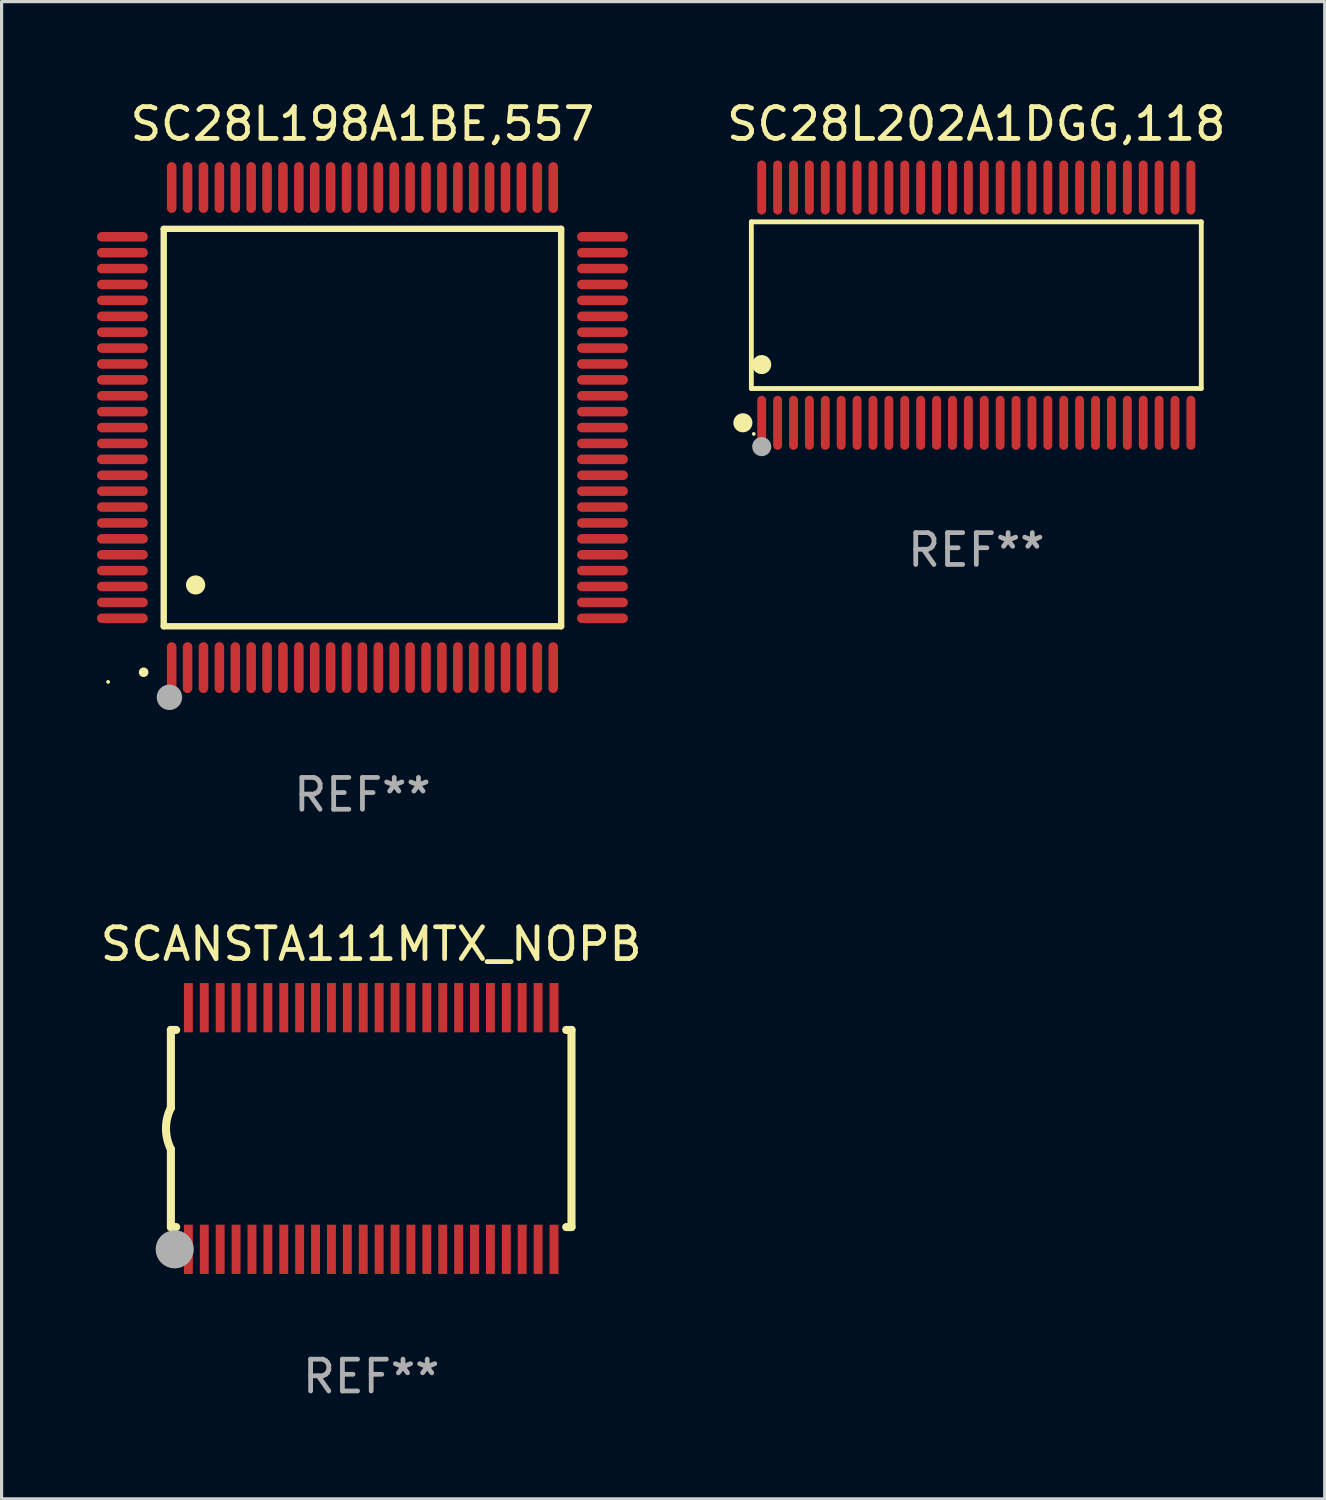
<source format=kicad_pcb>
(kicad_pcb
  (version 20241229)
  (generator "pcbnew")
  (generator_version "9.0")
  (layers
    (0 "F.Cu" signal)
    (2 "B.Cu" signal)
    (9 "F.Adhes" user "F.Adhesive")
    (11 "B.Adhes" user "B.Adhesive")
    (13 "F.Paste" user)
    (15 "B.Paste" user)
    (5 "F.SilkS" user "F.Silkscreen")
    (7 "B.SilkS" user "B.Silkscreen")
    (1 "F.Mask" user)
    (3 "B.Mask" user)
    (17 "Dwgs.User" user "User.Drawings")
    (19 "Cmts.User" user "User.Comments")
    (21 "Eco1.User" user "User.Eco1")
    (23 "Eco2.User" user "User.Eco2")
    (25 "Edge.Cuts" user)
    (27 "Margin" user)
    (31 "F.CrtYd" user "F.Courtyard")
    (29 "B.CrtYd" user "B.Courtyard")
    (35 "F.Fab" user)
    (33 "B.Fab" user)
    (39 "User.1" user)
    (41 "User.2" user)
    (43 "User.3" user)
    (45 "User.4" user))
  (footprint "SC28L202A1DGG,118"
    (layer "F.Cu")
    (at 27.658 6.548)
    (property "Reference" "SC28L202A1DGG,118" (at 0 -5.7 0) (layer "F.SilkS") (effects (font (size 1 1) (thickness 0.15))))
    (attr through_hole)
    (fp_line (start -7.076 -2.621) (end 7.076 -2.621) (stroke (width 0.152) (type solid)) (layer "F.SilkS"))
    (fp_line (start -7.076 2.621) (end -7.076 -2.621) (stroke (width 0.152) (type solid)) (layer "F.SilkS"))
    (fp_line (start 7.076 -2.621) (end 7.076 2.621) (stroke (width 0.152) (type solid)) (layer "F.SilkS"))
    (fp_line (start 7.076 2.621) (end -7.076 2.621) (stroke (width 0.152) (type solid)) (layer "F.SilkS"))
    (fp_circle (center -7.342 3.7) (end -7.192 3.7) (stroke (width 0.3) (type solid)) (fill no) (layer "F.SilkS"))
    (fp_circle (center -7 4.05) (end -6.97 4.05) (stroke (width 0.06) (type solid)) (fill no) (layer "F.SilkS"))
    (fp_circle (center -6.75 1.869) (end -6.6 1.869) (stroke (width 0.3) (type solid)) (fill no) (layer "F.SilkS"))
    (fp_circle (center -6.75 4.45) (end -6.6 4.45) (stroke (width 0.3) (type solid)) (fill no) (layer "F.Fab"))
    (fp_text user "REF**" (at 0 7.7 0) (layer "F.Fab") (effects (font (size 1 1) (thickness 0.15))))
    (pad "1" smd oval (at -6.75 3.7) (size 0.28 1.7) (layers "F.Cu" "F.Mask" "F.Paste"))
    (pad "2" smd oval (at -6.25 3.7) (size 0.28 1.7) (layers "F.Cu" "F.Mask" "F.Paste"))
    (pad "3" smd oval (at -5.75 3.7) (size 0.28 1.7) (layers "F.Cu" "F.Mask" "F.Paste"))
    (pad "4" smd oval (at -5.25 3.7) (size 0.28 1.7) (layers "F.Cu" "F.Mask" "F.Paste"))
    (pad "5" smd oval (at -4.75 3.7) (size 0.28 1.7) (layers "F.Cu" "F.Mask" "F.Paste"))
    (pad "6" smd oval (at -4.25 3.7) (size 0.28 1.7) (layers "F.Cu" "F.Mask" "F.Paste"))
    (pad "7" smd oval (at -3.75 3.7) (size 0.28 1.7) (layers "F.Cu" "F.Mask" "F.Paste"))
    (pad "8" smd oval (at -3.25 3.7) (size 0.28 1.7) (layers "F.Cu" "F.Mask" "F.Paste"))
    (pad "9" smd oval (at -2.75 3.7) (size 0.28 1.7) (layers "F.Cu" "F.Mask" "F.Paste"))
    (pad "10" smd oval (at -2.25 3.7) (size 0.28 1.7) (layers "F.Cu" "F.Mask" "F.Paste"))
    (pad "11" smd oval (at -1.75 3.7) (size 0.28 1.7) (layers "F.Cu" "F.Mask" "F.Paste"))
    (pad "12" smd oval (at -1.25 3.7) (size 0.28 1.7) (layers "F.Cu" "F.Mask" "F.Paste"))
    (pad "13" smd oval (at -0.75 3.7) (size 0.28 1.7) (layers "F.Cu" "F.Mask" "F.Paste"))
    (pad "14" smd oval (at -0.25 3.7) (size 0.28 1.7) (layers "F.Cu" "F.Mask" "F.Paste"))
    (pad "15" smd oval (at 0.25 3.7) (size 0.28 1.7) (layers "F.Cu" "F.Mask" "F.Paste"))
    (pad "16" smd oval (at 0.75 3.7) (size 0.28 1.7) (layers "F.Cu" "F.Mask" "F.Paste"))
    (pad "17" smd oval (at 1.25 3.7) (size 0.28 1.7) (layers "F.Cu" "F.Mask" "F.Paste"))
    (pad "18" smd oval (at 1.75 3.7) (size 0.28 1.7) (layers "F.Cu" "F.Mask" "F.Paste"))
    (pad "19" smd oval (at 2.25 3.7) (size 0.28 1.7) (layers "F.Cu" "F.Mask" "F.Paste"))
    (pad "20" smd oval (at 2.75 3.7) (size 0.28 1.7) (layers "F.Cu" "F.Mask" "F.Paste"))
    (pad "21" smd oval (at 3.25 3.7) (size 0.28 1.7) (layers "F.Cu" "F.Mask" "F.Paste"))
    (pad "22" smd oval (at 3.75 3.7) (size 0.28 1.7) (layers "F.Cu" "F.Mask" "F.Paste"))
    (pad "23" smd oval (at 4.25 3.7) (size 0.28 1.7) (layers "F.Cu" "F.Mask" "F.Paste"))
    (pad "24" smd oval (at 4.75 3.7) (size 0.28 1.7) (layers "F.Cu" "F.Mask" "F.Paste"))
    (pad "25" smd oval (at 5.25 3.7) (size 0.28 1.7) (layers "F.Cu" "F.Mask" "F.Paste"))
    (pad "26" smd oval (at 5.75 3.7) (size 0.28 1.7) (layers "F.Cu" "F.Mask" "F.Paste"))
    (pad "27" smd oval (at 6.25 3.7) (size 0.28 1.7) (layers "F.Cu" "F.Mask" "F.Paste"))
    (pad "28" smd oval (at 6.75 3.7) (size 0.28 1.7) (layers "F.Cu" "F.Mask" "F.Paste"))
    (pad "29" smd oval (at 6.75 -3.7) (size 0.28 1.7) (layers "F.Cu" "F.Mask" "F.Paste"))
    (pad "30" smd oval (at 6.25 -3.7) (size 0.28 1.7) (layers "F.Cu" "F.Mask" "F.Paste"))
    (pad "31" smd oval (at 5.75 -3.7) (size 0.28 1.7) (layers "F.Cu" "F.Mask" "F.Paste"))
    (pad "32" smd oval (at 5.25 -3.7) (size 0.28 1.7) (layers "F.Cu" "F.Mask" "F.Paste"))
    (pad "33" smd oval (at 4.75 -3.7) (size 0.28 1.7) (layers "F.Cu" "F.Mask" "F.Paste"))
    (pad "34" smd oval (at 4.25 -3.7) (size 0.28 1.7) (layers "F.Cu" "F.Mask" "F.Paste"))
    (pad "35" smd oval (at 3.75 -3.7) (size 0.28 1.7) (layers "F.Cu" "F.Mask" "F.Paste"))
    (pad "36" smd oval (at 3.25 -3.7) (size 0.28 1.7) (layers "F.Cu" "F.Mask" "F.Paste"))
    (pad "37" smd oval (at 2.75 -3.7) (size 0.28 1.7) (layers "F.Cu" "F.Mask" "F.Paste"))
    (pad "38" smd oval (at 2.25 -3.7) (size 0.28 1.7) (layers "F.Cu" "F.Mask" "F.Paste"))
    (pad "39" smd oval (at 1.75 -3.7) (size 0.28 1.7) (layers "F.Cu" "F.Mask" "F.Paste"))
    (pad "40" smd oval (at 1.25 -3.7) (size 0.28 1.7) (layers "F.Cu" "F.Mask" "F.Paste"))
    (pad "41" smd oval (at 0.75 -3.7) (size 0.28 1.7) (layers "F.Cu" "F.Mask" "F.Paste"))
    (pad "42" smd oval (at 0.25 -3.7) (size 0.28 1.7) (layers "F.Cu" "F.Mask" "F.Paste"))
    (pad "43" smd oval (at -0.25 -3.7) (size 0.28 1.7) (layers "F.Cu" "F.Mask" "F.Paste"))
    (pad "44" smd oval (at -0.75 -3.7) (size 0.28 1.7) (layers "F.Cu" "F.Mask" "F.Paste"))
    (pad "45" smd oval (at -1.25 -3.7) (size 0.28 1.7) (layers "F.Cu" "F.Mask" "F.Paste"))
    (pad "46" smd oval (at -1.75 -3.7) (size 0.28 1.7) (layers "F.Cu" "F.Mask" "F.Paste"))
    (pad "47" smd oval (at -2.25 -3.7) (size 0.28 1.7) (layers "F.Cu" "F.Mask" "F.Paste"))
    (pad "48" smd oval (at -2.75 -3.7) (size 0.28 1.7) (layers "F.Cu" "F.Mask" "F.Paste"))
    (pad "49" smd oval (at -3.25 -3.7) (size 0.28 1.7) (layers "F.Cu" "F.Mask" "F.Paste"))
    (pad "50" smd oval (at -3.75 -3.7) (size 0.28 1.7) (layers "F.Cu" "F.Mask" "F.Paste"))
    (pad "51" smd oval (at -4.25 -3.7) (size 0.28 1.7) (layers "F.Cu" "F.Mask" "F.Paste"))
    (pad "52" smd oval (at -4.75 -3.7) (size 0.28 1.7) (layers "F.Cu" "F.Mask" "F.Paste"))
    (pad "53" smd oval (at -5.25 -3.7) (size 0.28 1.7) (layers "F.Cu" "F.Mask" "F.Paste"))
    (pad "54" smd oval (at -5.75 -3.7) (size 0.28 1.7) (layers "F.Cu" "F.Mask" "F.Paste"))
    (pad "55" smd oval (at -6.25 -3.7) (size 0.28 1.7) (layers "F.Cu" "F.Mask" "F.Paste"))
    (pad "56" smd oval (at -6.75 -3.7) (size 0.28 1.7) (layers "F.Cu" "F.Mask" "F.Paste")))
  (footprint "SC28L198A1BE,557"
    (layer "F.Cu")
    (at 8.35 10.398)
    (property "Reference" "SC28L198A1BE,557" (at 0 -9.55 0) (layer "F.SilkS") (effects (font (size 1 1) (thickness 0.15))))
    (attr through_hole)
    (fp_line (start -6.25 -6.25) (end -6.25 6.25) (stroke (width 0.2) (type solid)) (layer "F.SilkS"))
    (fp_line (start -6.25 6.25) (end 6.25 6.25) (stroke (width 0.2) (type solid)) (layer "F.SilkS"))
    (fp_line (start 6.25 -6.25) (end -6.25 -6.25) (stroke (width 0.2) (type solid)) (layer "F.SilkS"))
    (fp_line (start 6.25 6.25) (end 6.25 -6.25) (stroke (width 0.2) (type solid)) (layer "F.SilkS"))
    (fp_arc (start -6.883414 7.696215) (mid -6.882144 7.69621) (end -6.880874 7.696215) (stroke (width 0.3) (type solid)) (layer "F.SilkS"))
    (fp_arc (start -5.250191 4.95047) (mid -5.247651 4.950459) (end -5.245111 4.95047) (stroke (width 0.6) (type solid)) (layer "F.SilkS"))
    (fp_circle (center -8 8) (end -7.97 8) (stroke (width 0.06) (type solid)) (fill no) (layer "F.SilkS"))
    (fp_circle (center -6.071 8.484) (end -5.871 8.484) (stroke (width 0.4) (type solid)) (fill no) (layer "F.Fab"))
    (fp_text user "REF**" (at 0 11.55 0) (layer "F.Fab") (effects (font (size 1 1) (thickness 0.15))))
    (pad "1" smd oval (at -6 7.55) (size 0.3 1.6) (layers "F.Cu" "F.Mask" "F.Paste"))
    (pad "2" smd oval (at -5.5 7.55) (size 0.3 1.6) (layers "F.Cu" "F.Mask" "F.Paste"))
    (pad "3" smd oval (at -5 7.55) (size 0.3 1.6) (layers "F.Cu" "F.Mask" "F.Paste"))
    (pad "4" smd oval (at -4.5 7.55) (size 0.3 1.6) (layers "F.Cu" "F.Mask" "F.Paste"))
    (pad "5" smd oval (at -4 7.55) (size 0.3 1.6) (layers "F.Cu" "F.Mask" "F.Paste"))
    (pad "6" smd oval (at -3.5 7.55) (size 0.3 1.6) (layers "F.Cu" "F.Mask" "F.Paste"))
    (pad "7" smd oval (at -3 7.55) (size 0.3 1.6) (layers "F.Cu" "F.Mask" "F.Paste"))
    (pad "8" smd oval (at -2.5 7.55) (size 0.3 1.6) (layers "F.Cu" "F.Mask" "F.Paste"))
    (pad "9" smd oval (at -2 7.55) (size 0.3 1.6) (layers "F.Cu" "F.Mask" "F.Paste"))
    (pad "10" smd oval (at -1.5 7.55) (size 0.3 1.6) (layers "F.Cu" "F.Mask" "F.Paste"))
    (pad "11" smd oval (at -1 7.55) (size 0.3 1.6) (layers "F.Cu" "F.Mask" "F.Paste"))
    (pad "12" smd oval (at -0.5 7.55) (size 0.3 1.6) (layers "F.Cu" "F.Mask" "F.Paste"))
    (pad "13" smd oval (at 0 7.55) (size 0.3 1.6) (layers "F.Cu" "F.Mask" "F.Paste"))
    (pad "14" smd oval (at 0.5 7.55) (size 0.3 1.6) (layers "F.Cu" "F.Mask" "F.Paste"))
    (pad "15" smd oval (at 1 7.55) (size 0.3 1.6) (layers "F.Cu" "F.Mask" "F.Paste"))
    (pad "16" smd oval (at 1.5 7.55) (size 0.3 1.6) (layers "F.Cu" "F.Mask" "F.Paste"))
    (pad "17" smd oval (at 2 7.55) (size 0.3 1.6) (layers "F.Cu" "F.Mask" "F.Paste"))
    (pad "18" smd oval (at 2.5 7.55) (size 0.3 1.6) (layers "F.Cu" "F.Mask" "F.Paste"))
    (pad "19" smd oval (at 3 7.55) (size 0.3 1.6) (layers "F.Cu" "F.Mask" "F.Paste"))
    (pad "20" smd oval (at 3.5 7.55) (size 0.3 1.6) (layers "F.Cu" "F.Mask" "F.Paste"))
    (pad "21" smd oval (at 4 7.55) (size 0.3 1.6) (layers "F.Cu" "F.Mask" "F.Paste"))
    (pad "22" smd oval (at 4.5 7.55) (size 0.3 1.6) (layers "F.Cu" "F.Mask" "F.Paste"))
    (pad "23" smd oval (at 5 7.55) (size 0.3 1.6) (layers "F.Cu" "F.Mask" "F.Paste"))
    (pad "24" smd oval (at 5.5 7.55) (size 0.3 1.6) (layers "F.Cu" "F.Mask" "F.Paste"))
    (pad "25" smd oval (at 6 7.55) (size 0.3 1.6) (layers "F.Cu" "F.Mask" "F.Paste"))
    (pad "26" smd oval (at 7.55 6) (size 1.6 0.3) (layers "F.Cu" "F.Mask" "F.Paste"))
    (pad "27" smd oval (at 7.55 5.5) (size 1.6 0.3) (layers "F.Cu" "F.Mask" "F.Paste"))
    (pad "28" smd oval (at 7.55 5) (size 1.6 0.3) (layers "F.Cu" "F.Mask" "F.Paste"))
    (pad "29" smd oval (at 7.55 4.5) (size 1.6 0.3) (layers "F.Cu" "F.Mask" "F.Paste"))
    (pad "30" smd oval (at 7.55 4) (size 1.6 0.3) (layers "F.Cu" "F.Mask" "F.Paste"))
    (pad "31" smd oval (at 7.55 3.5) (size 1.6 0.3) (layers "F.Cu" "F.Mask" "F.Paste"))
    (pad "32" smd oval (at 7.55 3) (size 1.6 0.3) (layers "F.Cu" "F.Mask" "F.Paste"))
    (pad "33" smd oval (at 7.55 2.5) (size 1.6 0.3) (layers "F.Cu" "F.Mask" "F.Paste"))
    (pad "34" smd oval (at 7.55 2) (size 1.6 0.3) (layers "F.Cu" "F.Mask" "F.Paste"))
    (pad "35" smd oval (at 7.55 1.5) (size 1.6 0.3) (layers "F.Cu" "F.Mask" "F.Paste"))
    (pad "36" smd oval (at 7.55 1) (size 1.6 0.3) (layers "F.Cu" "F.Mask" "F.Paste"))
    (pad "37" smd oval (at 7.55 0.5) (size 1.6 0.3) (layers "F.Cu" "F.Mask" "F.Paste"))
    (pad "38" smd oval (at 7.55 0) (size 1.6 0.3) (layers "F.Cu" "F.Mask" "F.Paste"))
    (pad "39" smd oval (at 7.55 -0.5) (size 1.6 0.3) (layers "F.Cu" "F.Mask" "F.Paste"))
    (pad "40" smd oval (at 7.55 -1) (size 1.6 0.3) (layers "F.Cu" "F.Mask" "F.Paste"))
    (pad "41" smd oval (at 7.55 -1.5) (size 1.6 0.3) (layers "F.Cu" "F.Mask" "F.Paste"))
    (pad "42" smd oval (at 7.55 -2) (size 1.6 0.3) (layers "F.Cu" "F.Mask" "F.Paste"))
    (pad "43" smd oval (at 7.55 -2.5) (size 1.6 0.3) (layers "F.Cu" "F.Mask" "F.Paste"))
    (pad "44" smd oval (at 7.55 -3) (size 1.6 0.3) (layers "F.Cu" "F.Mask" "F.Paste"))
    (pad "45" smd oval (at 7.55 -3.5) (size 1.6 0.3) (layers "F.Cu" "F.Mask" "F.Paste"))
    (pad "46" smd oval (at 7.55 -4) (size 1.6 0.3) (layers "F.Cu" "F.Mask" "F.Paste"))
    (pad "47" smd oval (at 7.55 -4.5) (size 1.6 0.3) (layers "F.Cu" "F.Mask" "F.Paste"))
    (pad "48" smd oval (at 7.55 -5) (size 1.6 0.3) (layers "F.Cu" "F.Mask" "F.Paste"))
    (pad "49" smd oval (at 7.55 -5.5) (size 1.6 0.3) (layers "F.Cu" "F.Mask" "F.Paste"))
    (pad "50" smd oval (at 7.55 -6) (size 1.6 0.3) (layers "F.Cu" "F.Mask" "F.Paste"))
    (pad "51" smd oval (at 6 -7.55) (size 0.3 1.6) (layers "F.Cu" "F.Mask" "F.Paste"))
    (pad "52" smd oval (at 5.5 -7.55) (size 0.3 1.6) (layers "F.Cu" "F.Mask" "F.Paste"))
    (pad "53" smd oval (at 5 -7.55) (size 0.3 1.6) (layers "F.Cu" "F.Mask" "F.Paste"))
    (pad "54" smd oval (at 4.5 -7.55) (size 0.3 1.6) (layers "F.Cu" "F.Mask" "F.Paste"))
    (pad "55" smd oval (at 4 -7.55) (size 0.3 1.6) (layers "F.Cu" "F.Mask" "F.Paste"))
    (pad "56" smd oval (at 3.5 -7.55) (size 0.3 1.6) (layers "F.Cu" "F.Mask" "F.Paste"))
    (pad "57" smd oval (at 3 -7.55) (size 0.3 1.6) (layers "F.Cu" "F.Mask" "F.Paste"))
    (pad "58" smd oval (at 2.5 -7.55) (size 0.3 1.6) (layers "F.Cu" "F.Mask" "F.Paste"))
    (pad "59" smd oval (at 2 -7.55) (size 0.3 1.6) (layers "F.Cu" "F.Mask" "F.Paste"))
    (pad "60" smd oval (at 1.5 -7.55) (size 0.3 1.6) (layers "F.Cu" "F.Mask" "F.Paste"))
    (pad "61" smd oval (at 1 -7.55) (size 0.3 1.6) (layers "F.Cu" "F.Mask" "F.Paste"))
    (pad "62" smd oval (at 0.5 -7.55) (size 0.3 1.6) (layers "F.Cu" "F.Mask" "F.Paste"))
    (pad "63" smd oval (at 0 -7.55) (size 0.3 1.6) (layers "F.Cu" "F.Mask" "F.Paste"))
    (pad "64" smd oval (at -0.5 -7.55) (size 0.3 1.6) (layers "F.Cu" "F.Mask" "F.Paste"))
    (pad "65" smd oval (at -1 -7.55) (size 0.3 1.6) (layers "F.Cu" "F.Mask" "F.Paste"))
    (pad "66" smd oval (at -1.5 -7.55) (size 0.3 1.6) (layers "F.Cu" "F.Mask" "F.Paste"))
    (pad "67" smd oval (at -2 -7.55) (size 0.3 1.6) (layers "F.Cu" "F.Mask" "F.Paste"))
    (pad "68" smd oval (at -2.5 -7.55) (size 0.3 1.6) (layers "F.Cu" "F.Mask" "F.Paste"))
    (pad "69" smd oval (at -3 -7.55) (size 0.3 1.6) (layers "F.Cu" "F.Mask" "F.Paste"))
    (pad "70" smd oval (at -3.5 -7.55) (size 0.3 1.6) (layers "F.Cu" "F.Mask" "F.Paste"))
    (pad "71" smd oval (at -4 -7.55) (size 0.3 1.6) (layers "F.Cu" "F.Mask" "F.Paste"))
    (pad "72" smd oval (at -4.5 -7.55) (size 0.3 1.6) (layers "F.Cu" "F.Mask" "F.Paste"))
    (pad "73" smd oval (at -5 -7.55) (size 0.3 1.6) (layers "F.Cu" "F.Mask" "F.Paste"))
    (pad "74" smd oval (at -5.5 -7.55) (size 0.3 1.6) (layers "F.Cu" "F.Mask" "F.Paste"))
    (pad "75" smd oval (at -6 -7.55) (size 0.3 1.6) (layers "F.Cu" "F.Mask" "F.Paste"))
    (pad "76" smd oval (at -7.55 -6) (size 1.6 0.3) (layers "F.Cu" "F.Mask" "F.Paste"))
    (pad "77" smd oval (at -7.55 -5.5) (size 1.6 0.3) (layers "F.Cu" "F.Mask" "F.Paste"))
    (pad "78" smd oval (at -7.55 -5) (size 1.6 0.3) (layers "F.Cu" "F.Mask" "F.Paste"))
    (pad "79" smd oval (at -7.55 -4.5) (size 1.6 0.3) (layers "F.Cu" "F.Mask" "F.Paste"))
    (pad "80" smd oval (at -7.55 -4) (size 1.6 0.3) (layers "F.Cu" "F.Mask" "F.Paste"))
    (pad "81" smd oval (at -7.55 -3.5) (size 1.6 0.3) (layers "F.Cu" "F.Mask" "F.Paste"))
    (pad "82" smd oval (at -7.55 -3) (size 1.6 0.3) (layers "F.Cu" "F.Mask" "F.Paste"))
    (pad "83" smd oval (at -7.55 -2.5) (size 1.6 0.3) (layers "F.Cu" "F.Mask" "F.Paste"))
    (pad "84" smd oval (at -7.55 -2) (size 1.6 0.3) (layers "F.Cu" "F.Mask" "F.Paste"))
    (pad "85" smd oval (at -7.55 -1.5) (size 1.6 0.3) (layers "F.Cu" "F.Mask" "F.Paste"))
    (pad "86" smd oval (at -7.55 -1) (size 1.6 0.3) (layers "F.Cu" "F.Mask" "F.Paste"))
    (pad "87" smd oval (at -7.55 -0.5) (size 1.6 0.3) (layers "F.Cu" "F.Mask" "F.Paste"))
    (pad "88" smd oval (at -7.55 0) (size 1.6 0.3) (layers "F.Cu" "F.Mask" "F.Paste"))
    (pad "89" smd oval (at -7.55 0.5) (size 1.6 0.3) (layers "F.Cu" "F.Mask" "F.Paste"))
    (pad "90" smd oval (at -7.55 1) (size 1.6 0.3) (layers "F.Cu" "F.Mask" "F.Paste"))
    (pad "91" smd oval (at -7.55 1.5) (size 1.6 0.3) (layers "F.Cu" "F.Mask" "F.Paste"))
    (pad "92" smd oval (at -7.55 2) (size 1.6 0.3) (layers "F.Cu" "F.Mask" "F.Paste"))
    (pad "93" smd oval (at -7.55 2.5) (size 1.6 0.3) (layers "F.Cu" "F.Mask" "F.Paste"))
    (pad "94" smd oval (at -7.55 3) (size 1.6 0.3) (layers "F.Cu" "F.Mask" "F.Paste"))
    (pad "95" smd oval (at -7.55 3.5) (size 1.6 0.3) (layers "F.Cu" "F.Mask" "F.Paste"))
    (pad "96" smd oval (at -7.55 4) (size 1.6 0.3) (layers "F.Cu" "F.Mask" "F.Paste"))
    (pad "97" smd oval (at -7.55 4.5) (size 1.6 0.3) (layers "F.Cu" "F.Mask" "F.Paste"))
    (pad "98" smd oval (at -7.55 5) (size 1.6 0.3) (layers "F.Cu" "F.Mask" "F.Paste"))
    (pad "99" smd oval (at -7.55 5.5) (size 1.6 0.3) (layers "F.Cu" "F.Mask" "F.Paste"))
    (pad "100" smd oval (at -7.55 6) (size 1.6 0.3) (layers "F.Cu" "F.Mask" "F.Paste")))
  (footprint "SCANSTA111MTX_NOPB"
    (layer "F.Cu")
    (at 8.625 32.445)
    (property "Reference" "SCANSTA111MTX_NOPB" (at 0 -5.8 0) (layer "F.SilkS") (effects (font (size 1 1) (thickness 0.15))))
    (attr through_hole)
    (fp_line (start -6.3 -3.1) (end -6.3 -0.65) (stroke (width 0.254) (type solid)) (layer "F.SilkS"))
    (fp_line (start -6.3 -3.1) (end -6.134 -3.1) (stroke (width 0.254) (type solid)) (layer "F.SilkS"))
    (fp_line (start -6.3 3.1) (end -6.3 0.65) (stroke (width 0.254) (type solid)) (layer "F.SilkS"))
    (fp_line (start -6.3 3.1) (end -6.134 3.1) (stroke (width 0.254) (type solid)) (layer "F.SilkS"))
    (fp_line (start 6.134 -3.1) (end 6.3 -3.1) (stroke (width 0.254) (type solid)) (layer "F.SilkS"))
    (fp_line (start 6.134 3.1) (end 6.3 3.1) (stroke (width 0.254) (type solid)) (layer "F.SilkS"))
    (fp_line (start 6.3 -3.1) (end 6.3 3.1) (stroke (width 0.254) (type solid)) (layer "F.SilkS"))
    (fp_arc (start -6.301016 0.650114) (mid -6.45413 -0.000082) (end -6.3 -0.650038) (stroke (width 0.254001) (type solid)) (layer "F.SilkS"))
    (fp_circle (center -6.35 3.81) (end -6.223 3.81) (stroke (width 0.254) (type solid)) (fill no) (layer "F.SilkS"))
    (fp_circle (center -6.25 4.05) (end -6.22 4.05) (stroke (width 0.06) (type solid)) (fill no) (layer "F.SilkS"))
    (fp_circle (center -6.18 3.8) (end -5.88 3.8) (stroke (width 0.6) (type solid)) (fill no) (layer "F.Fab"))
    (fp_text user "REF**" (at 0 7.8 0) (layer "F.Fab") (effects (font (size 1 1) (thickness 0.15))))
    (pad "1" smd rect (at -5.75 3.8) (size 0.28 1.55) (layers "F.Cu" "F.Mask" "F.Paste"))
    (pad "2" smd rect (at -5.25 3.8) (size 0.28 1.55) (layers "F.Cu" "F.Mask" "F.Paste"))
    (pad "3" smd rect (at -4.75 3.8) (size 0.28 1.55) (layers "F.Cu" "F.Mask" "F.Paste"))
    (pad "4" smd rect (at -4.25 3.8) (size 0.28 1.55) (layers "F.Cu" "F.Mask" "F.Paste"))
    (pad "5" smd rect (at -3.75 3.8) (size 0.28 1.55) (layers "F.Cu" "F.Mask" "F.Paste"))
    (pad "6" smd rect (at -3.25 3.8) (size 0.28 1.55) (layers "F.Cu" "F.Mask" "F.Paste"))
    (pad "7" smd rect (at -2.75 3.8) (size 0.28 1.55) (layers "F.Cu" "F.Mask" "F.Paste"))
    (pad "8" smd rect (at -2.25 3.8) (size 0.28 1.55) (layers "F.Cu" "F.Mask" "F.Paste"))
    (pad "9" smd rect (at -1.75 3.8) (size 0.28 1.55) (layers "F.Cu" "F.Mask" "F.Paste"))
    (pad "10" smd rect (at -1.25 3.8) (size 0.28 1.55) (layers "F.Cu" "F.Mask" "F.Paste"))
    (pad "11" smd rect (at -0.75 3.8) (size 0.28 1.55) (layers "F.Cu" "F.Mask" "F.Paste"))
    (pad "12" smd rect (at -0.25 3.8) (size 0.28 1.55) (layers "F.Cu" "F.Mask" "F.Paste"))
    (pad "13" smd rect (at 0.25 3.8) (size 0.28 1.55) (layers "F.Cu" "F.Mask" "F.Paste"))
    (pad "14" smd rect (at 0.75 3.8) (size 0.28 1.55) (layers "F.Cu" "F.Mask" "F.Paste"))
    (pad "15" smd rect (at 1.25 3.8) (size 0.28 1.55) (layers "F.Cu" "F.Mask" "F.Paste"))
    (pad "16" smd rect (at 1.75 3.8) (size 0.28 1.55) (layers "F.Cu" "F.Mask" "F.Paste"))
    (pad "17" smd rect (at 2.25 3.8) (size 0.28 1.55) (layers "F.Cu" "F.Mask" "F.Paste"))
    (pad "18" smd rect (at 2.75 3.8) (size 0.28 1.55) (layers "F.Cu" "F.Mask" "F.Paste"))
    (pad "19" smd rect (at 3.25 3.8) (size 0.28 1.55) (layers "F.Cu" "F.Mask" "F.Paste"))
    (pad "20" smd rect (at 3.75 3.8) (size 0.28 1.55) (layers "F.Cu" "F.Mask" "F.Paste"))
    (pad "21" smd rect (at 4.25 3.8) (size 0.28 1.55) (layers "F.Cu" "F.Mask" "F.Paste"))
    (pad "22" smd rect (at 4.75 3.8) (size 0.28 1.55) (layers "F.Cu" "F.Mask" "F.Paste"))
    (pad "23" smd rect (at 5.25 3.8) (size 0.28 1.55) (layers "F.Cu" "F.Mask" "F.Paste"))
    (pad "24" smd rect (at 5.75 3.8) (size 0.28 1.55) (layers "F.Cu" "F.Mask" "F.Paste"))
    (pad "25" smd rect (at 5.75 -3.8) (size 0.28 1.55) (layers "F.Cu" "F.Mask" "F.Paste"))
    (pad "26" smd rect (at 5.25 -3.8) (size 0.28 1.55) (layers "F.Cu" "F.Mask" "F.Paste"))
    (pad "27" smd rect (at 4.75 -3.8) (size 0.28 1.55) (layers "F.Cu" "F.Mask" "F.Paste"))
    (pad "28" smd rect (at 4.25 -3.8) (size 0.28 1.55) (layers "F.Cu" "F.Mask" "F.Paste"))
    (pad "29" smd rect (at 3.75 -3.8) (size 0.28 1.55) (layers "F.Cu" "F.Mask" "F.Paste"))
    (pad "30" smd rect (at 3.25 -3.8) (size 0.28 1.55) (layers "F.Cu" "F.Mask" "F.Paste"))
    (pad "31" smd rect (at 2.75 -3.8) (size 0.28 1.55) (layers "F.Cu" "F.Mask" "F.Paste"))
    (pad "32" smd rect (at 2.25 -3.8) (size 0.28 1.55) (layers "F.Cu" "F.Mask" "F.Paste"))
    (pad "33" smd rect (at 1.75 -3.8) (size 0.28 1.55) (layers "F.Cu" "F.Mask" "F.Paste"))
    (pad "34" smd rect (at 1.25 -3.8) (size 0.28 1.55) (layers "F.Cu" "F.Mask" "F.Paste"))
    (pad "35" smd rect (at 0.75 -3.8) (size 0.28 1.55) (layers "F.Cu" "F.Mask" "F.Paste"))
    (pad "36" smd rect (at 0.25 -3.8) (size 0.28 1.55) (layers "F.Cu" "F.Mask" "F.Paste"))
    (pad "37" smd rect (at -0.25 -3.8) (size 0.28 1.55) (layers "F.Cu" "F.Mask" "F.Paste"))
    (pad "38" smd rect (at -0.75 -3.8) (size 0.28 1.55) (layers "F.Cu" "F.Mask" "F.Paste"))
    (pad "39" smd rect (at -1.25 -3.8) (size 0.28 1.55) (layers "F.Cu" "F.Mask" "F.Paste"))
    (pad "40" smd rect (at -1.75 -3.8) (size 0.28 1.55) (layers "F.Cu" "F.Mask" "F.Paste"))
    (pad "41" smd rect (at -2.25 -3.8) (size 0.28 1.55) (layers "F.Cu" "F.Mask" "F.Paste"))
    (pad "42" smd rect (at -2.75 -3.8) (size 0.28 1.55) (layers "F.Cu" "F.Mask" "F.Paste"))
    (pad "43" smd rect (at -3.25 -3.8) (size 0.28 1.55) (layers "F.Cu" "F.Mask" "F.Paste"))
    (pad "44" smd rect (at -3.75 -3.8) (size 0.28 1.55) (layers "F.Cu" "F.Mask" "F.Paste"))
    (pad "45" smd rect (at -4.25 -3.8) (size 0.28 1.55) (layers "F.Cu" "F.Mask" "F.Paste"))
    (pad "46" smd rect (at -4.75 -3.8) (size 0.28 1.55) (layers "F.Cu" "F.Mask" "F.Paste"))
    (pad "47" smd rect (at -5.25 -3.8) (size 0.28 1.55) (layers "F.Cu" "F.Mask" "F.Paste"))
    (pad "48" smd rect (at -5.75 -3.8) (size 0.28 1.55) (layers "F.Cu" "F.Mask" "F.Paste")))
  (gr_rect
    (start -3 -3)
    (end 38.616 44.093)
    (stroke (width 0.1) (type default))
    (fill no)
    (layer "Edge.Cuts")))
</source>
